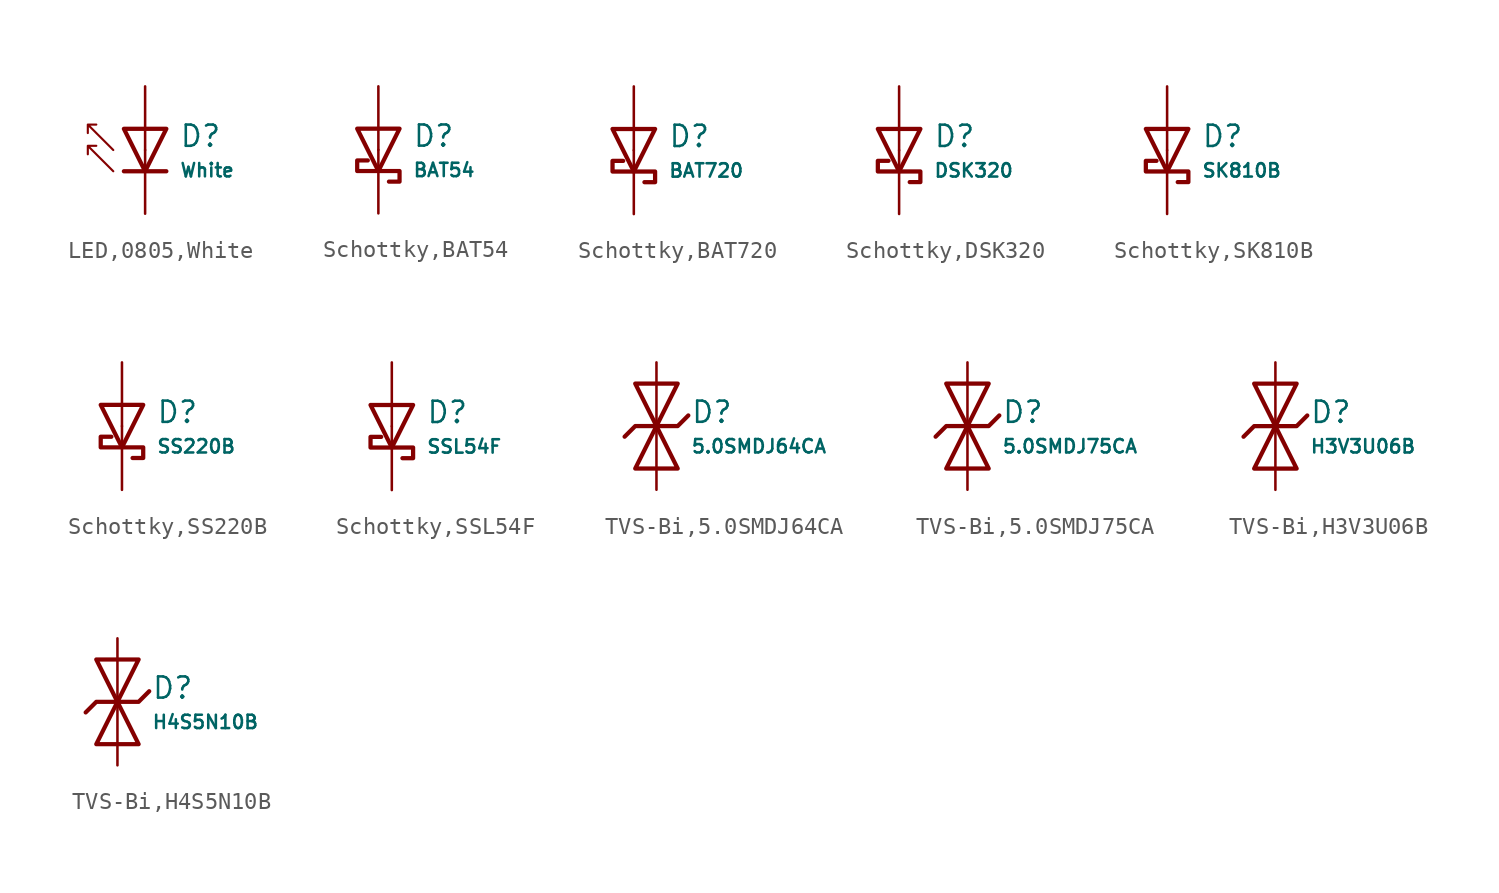
<source format=kicad_sym>
(kicad_symbol_lib
  (version 20231120)
  (generator "CDFER")
  (generator_version "8.0")
  (symbol "LED,0805,White"
    (pin_numbers hide)
    (pin_names
      (offset 0))
    (property "Reference" "D"
      (at 2.032 0.834 0)
      (effects (font (size 1.27 1.27)) (justify left)))
    (property "Value" "White"
      (at 2.032 -1.212 0)
      (effects (font (size 0.8 0.8)) (justify left)))
    (symbol "LED,0805,White_0_1"
      (polyline (pts (xy -1.27 1.27) (xy 0.00 -1.27) (xy 1.27 1.27) (xy -1.27 1.27)) (stroke (width 0.254) (type default)) (fill (type none))))
    (symbol "LED,0805,White_0_1"
      (polyline (pts (xy -1.27 -1.27) (xy 1.27 -1.27)) (stroke (width 0.254) (type default)) (fill (type none))))
    (symbol "LED,0805,White_0_1"
      (polyline (pts (xy -1.905 -1.27) (xy -3.429 0.254) (xy -3.429 -0.254) (xy -3.429 0.254) (xy -2.921 0.254)) (stroke (width 0.127) (type default)) (fill (type none))))
    (symbol "LED,0805,White_0_1"
      (polyline (pts (xy -1.905 0) (xy -3.429 1.524) (xy -3.429 1.016) (xy -3.429 1.524) (xy -2.921 1.524)) (stroke (width 0.127) (type default)) (fill (type none))))
    (symbol "LED,0805,White_1_1"
      (pin passive line (at 0 3.81 270) (length 3.81) (name "~" (effects (font (size 1.27 1.27)))) (number "2" (effects (font (size 1.27 1.27)))))
      (pin passive line (at 0 -3.81 90) (length 3.81) (name "~" (effects (font (size 1.27 1.27)))) (number "1" (effects (font (size 1.27 1.27)))))))
  (symbol "Schottky,BAT54"
    (pin_numbers hide)
    (pin_names
      (offset 0))
    (property "Reference" "D"
      (at 2.032 0.834 0)
      (effects (font (size 1.27 1.27)) (justify left)))
    (property "Value" "BAT54"
      (at 2.032 -1.212 0)
      (effects (font (size 0.8 0.8)) (justify left)))
    (symbol "Schottky,BAT54_0_1"
      (polyline (pts (xy -1.27 1.27) (xy 0.00 -1.27) (xy 1.27 1.27) (xy -1.27 1.27)) (stroke (width 0.254) (type default)) (fill (type none))))
    (symbol "Schottky,BAT54_0_1"
      (polyline (pts (xy 0.635 -1.905) (xy 1.27 -1.905) (xy 1.27 -1.27) (xy -1.27 -1.27) (xy -1.27 -0.635) (xy -0.635 -0.635)) (stroke (width 0.254) (type default)) (fill (type none))))
    (symbol "Schottky,BAT54_1_1"
      (pin passive line (at 0 3.81 270) (length 3.81) (name "~" (effects (font (size 1.27 1.27)))) (number "1" (effects (font (size 1.27 1.27)))))
      (pin passive line (at 0 -3.81 90) (length 3.81) (name "~" (effects (font (size 1.27 1.27)))) (number "3" (effects (font (size 1.27 1.27)))))))
  (symbol "Schottky,BAT720"
    (pin_numbers hide)
    (pin_names
      (offset 0))
    (property "Reference" "D"
      (at 2.032 0.834 0)
      (effects (font (size 1.27 1.27)) (justify left)))
    (property "Value" "BAT720"
      (at 2.032 -1.212 0)
      (effects (font (size 0.8 0.8)) (justify left)))
    (symbol "Schottky,BAT720_0_1"
      (polyline (pts (xy -1.27 1.27) (xy 0.00 -1.27) (xy 1.27 1.27) (xy -1.27 1.27)) (stroke (width 0.254) (type default)) (fill (type none))))
    (symbol "Schottky,BAT720_0_1"
      (polyline (pts (xy 0.635 -1.905) (xy 1.27 -1.905) (xy 1.27 -1.27) (xy -1.27 -1.27) (xy -1.27 -0.635) (xy -0.635 -0.635)) (stroke (width 0.254) (type default)) (fill (type none))))
    (symbol "Schottky,BAT720_1_1"
      (pin passive line (at 0 3.81 270) (length 3.81) (name "~" (effects (font (size 1.27 1.27)))) (number "1" (effects (font (size 1.27 1.27)))))
      (pin passive line (at 0 -3.81 90) (length 3.81) (name "~" (effects (font (size 1.27 1.27)))) (number "3" (effects (font (size 1.27 1.27)))))))
  (symbol "Schottky,DSK320"
    (pin_numbers hide)
    (pin_names
      (offset 0))
    (property "Reference" "D"
      (at 2.032 0.834 0)
      (effects (font (size 1.27 1.27)) (justify left)))
    (property "Value" "DSK320"
      (at 2.032 -1.212 0)
      (effects (font (size 0.8 0.8)) (justify left)))
    (symbol "Schottky,DSK320_0_1"
      (polyline (pts (xy -1.27 1.27) (xy 0.00 -1.27) (xy 1.27 1.27) (xy -1.27 1.27)) (stroke (width 0.254) (type default)) (fill (type none))))
    (symbol "Schottky,DSK320_0_1"
      (polyline (pts (xy 0.635 -1.905) (xy 1.27 -1.905) (xy 1.27 -1.27) (xy -1.27 -1.27) (xy -1.27 -0.635) (xy -0.635 -0.635)) (stroke (width 0.254) (type default)) (fill (type none))))
    (symbol "Schottky,DSK320_1_1"
      (pin passive line (at 0 3.81 270) (length 3.81) (name "~" (effects (font (size 1.27 1.27)))) (number "2" (effects (font (size 1.27 1.27)))))
      (pin passive line (at 0 -3.81 90) (length 3.81) (name "~" (effects (font (size 1.27 1.27)))) (number "1" (effects (font (size 1.27 1.27)))))))
  (symbol "Schottky,SK810B"
    (pin_numbers hide)
    (pin_names
      (offset 0))
    (property "Reference" "D"
      (at 2.032 0.834 0)
      (effects (font (size 1.27 1.27)) (justify left)))
    (property "Value" "SK810B"
      (at 2.032 -1.212 0)
      (effects (font (size 0.8 0.8)) (justify left)))
    (symbol "Schottky,SK810B_0_1"
      (polyline (pts (xy -1.27 1.27) (xy 0.00 -1.27) (xy 1.27 1.27) (xy -1.27 1.27)) (stroke (width 0.254) (type default)) (fill (type none))))
    (symbol "Schottky,SK810B_0_1"
      (polyline (pts (xy 0.635 -1.905) (xy 1.27 -1.905) (xy 1.27 -1.27) (xy -1.27 -1.27) (xy -1.27 -0.635) (xy -0.635 -0.635)) (stroke (width 0.254) (type default)) (fill (type none))))
    (symbol "Schottky,SK810B_1_1"
      (pin passive line (at 0 3.81 270) (length 3.81) (name "~" (effects (font (size 1.27 1.27)))) (number "2" (effects (font (size 1.27 1.27)))))
      (pin passive line (at 0 -3.81 90) (length 3.81) (name "~" (effects (font (size 1.27 1.27)))) (number "1" (effects (font (size 1.27 1.27)))))))
  (symbol "Schottky,SS220B"
    (pin_numbers hide)
    (pin_names
      (offset 0))
    (property "Reference" "D"
      (at 2.032 0.834 0)
      (effects (font (size 1.27 1.27)) (justify left)))
    (property "Value" "SS220B"
      (at 2.032 -1.212 0)
      (effects (font (size 0.8 0.8)) (justify left)))
    (symbol "Schottky,SS220B_0_1"
      (polyline (pts (xy -1.27 1.27) (xy 0.00 -1.27) (xy 1.27 1.27) (xy -1.27 1.27)) (stroke (width 0.254) (type default)) (fill (type none))))
    (symbol "Schottky,SS220B_0_1"
      (polyline (pts (xy 0.635 -1.905) (xy 1.27 -1.905) (xy 1.27 -1.27) (xy -1.27 -1.27) (xy -1.27 -0.635) (xy -0.635 -0.635)) (stroke (width 0.254) (type default)) (fill (type none))))
    (symbol "Schottky,SS220B_1_1"
      (pin passive line (at 0 3.81 270) (length 3.81) (name "~" (effects (font (size 1.27 1.27)))) (number "2" (effects (font (size 1.27 1.27)))))
      (pin passive line (at 0 -3.81 90) (length 3.81) (name "~" (effects (font (size 1.27 1.27)))) (number "1" (effects (font (size 1.27 1.27)))))))
  (symbol "Schottky,SSL54F"
    (pin_numbers hide)
    (pin_names
      (offset 0))
    (property "Reference" "D"
      (at 2.032 0.834 0)
      (effects (font (size 1.27 1.27)) (justify left)))
    (property "Value" "SSL54F"
      (at 2.032 -1.212 0)
      (effects (font (size 0.8 0.8)) (justify left)))
    (symbol "Schottky,SSL54F_0_1"
      (polyline (pts (xy -1.27 1.27) (xy 0.00 -1.27) (xy 1.27 1.27) (xy -1.27 1.27)) (stroke (width 0.254) (type default)) (fill (type none))))
    (symbol "Schottky,SSL54F_0_1"
      (polyline (pts (xy 0.635 -1.905) (xy 1.27 -1.905) (xy 1.27 -1.27) (xy -1.27 -1.27) (xy -1.27 -0.635) (xy -0.635 -0.635)) (stroke (width 0.254) (type default)) (fill (type none))))
    (symbol "Schottky,SSL54F_1_1"
      (pin passive line (at 0 3.81 270) (length 3.81) (name "~" (effects (font (size 1.27 1.27)))) (number "2" (effects (font (size 1.27 1.27)))))
      (pin passive line (at 0 -3.81 90) (length 3.81) (name "~" (effects (font (size 1.27 1.27)))) (number "1" (effects (font (size 1.27 1.27)))))))
  (symbol "TVS-Bi,5.0SMDJ64CA"
    (pin_numbers hide)
    (pin_names
      (offset 0))
    (property "Reference" "D"
      (at 2.032 0.834 0)
      (effects (font (size 1.27 1.27)) (justify left)))
    (property "Value" "5.0SMDJ64CA"
      (at 2.032 -1.212 0)
      (effects (font (size 0.8 0.8)) (justify left)))
    (symbol "TVS-Bi,5.0SMDJ64CA_0_1"
      (polyline (pts (xy -1.27 2.54) (xy 0 0) (xy 1.27 2.54) (xy -1.27 2.54)) (stroke (width 0.254) (type default)) (fill (type none))))
    (symbol "TVS-Bi,5.0SMDJ64CA_0_1"
      (polyline (pts (xy 1.27 -2.54) (xy 0 0) (xy -1.27 -2.54) (xy 1.27 -2.54)) (stroke (width 0.254) (type default)) (fill (type none))))
    (symbol "TVS-Bi,5.0SMDJ64CA_0_1"
      (polyline (pts (xy -1.905 -0.635) (xy -1.27 0) (xy 1.27 0) (xy 1.905 0.635)) (stroke (width 0.254) (type default)) (fill (type none))))
    (symbol "TVS-Bi,5.0SMDJ64CA_1_1"
      (pin passive line (at 0 3.81 270) (length 3.81) (name "~" (effects (font (size 1.27 1.27)))) (number "2" (effects (font (size 1.27 1.27)))))
      (pin passive line (at 0 -3.81 90) (length 3.81) (name "~" (effects (font (size 1.27 1.27)))) (number "1" (effects (font (size 1.27 1.27)))))))
  (symbol "TVS-Bi,5.0SMDJ75CA"
    (pin_numbers hide)
    (pin_names
      (offset 0))
    (property "Reference" "D"
      (at 2.032 0.834 0)
      (effects (font (size 1.27 1.27)) (justify left)))
    (property "Value" "5.0SMDJ75CA"
      (at 2.032 -1.212 0)
      (effects (font (size 0.8 0.8)) (justify left)))
    (symbol "TVS-Bi,5.0SMDJ75CA_0_1"
      (polyline (pts (xy -1.27 2.54) (xy 0 0) (xy 1.27 2.54) (xy -1.27 2.54)) (stroke (width 0.254) (type default)) (fill (type none))))
    (symbol "TVS-Bi,5.0SMDJ75CA_0_1"
      (polyline (pts (xy 1.27 -2.54) (xy 0 0) (xy -1.27 -2.54) (xy 1.27 -2.54)) (stroke (width 0.254) (type default)) (fill (type none))))
    (symbol "TVS-Bi,5.0SMDJ75CA_0_1"
      (polyline (pts (xy -1.905 -0.635) (xy -1.27 0) (xy 1.27 0) (xy 1.905 0.635)) (stroke (width 0.254) (type default)) (fill (type none))))
    (symbol "TVS-Bi,5.0SMDJ75CA_1_1"
      (pin passive line (at 0 3.81 270) (length 3.81) (name "~" (effects (font (size 1.27 1.27)))) (number "2" (effects (font (size 1.27 1.27)))))
      (pin passive line (at 0 -3.81 90) (length 3.81) (name "~" (effects (font (size 1.27 1.27)))) (number "1" (effects (font (size 1.27 1.27)))))))
  (symbol "TVS-Bi,H3V3U06B"
    (pin_numbers hide)
    (pin_names
      (offset 0))
    (property "Reference" "D"
      (at 2.032 0.834 0)
      (effects (font (size 1.27 1.27)) (justify left)))
    (property "Value" "H3V3U06B"
      (at 2.032 -1.212 0)
      (effects (font (size 0.8 0.8)) (justify left)))
    (symbol "TVS-Bi,H3V3U06B_0_1"
      (polyline (pts (xy -1.27 2.54) (xy 0 0) (xy 1.27 2.54) (xy -1.27 2.54)) (stroke (width 0.254) (type default)) (fill (type none))))
    (symbol "TVS-Bi,H3V3U06B_0_1"
      (polyline (pts (xy 1.27 -2.54) (xy 0 0) (xy -1.27 -2.54) (xy 1.27 -2.54)) (stroke (width 0.254) (type default)) (fill (type none))))
    (symbol "TVS-Bi,H3V3U06B_0_1"
      (polyline (pts (xy -1.905 -0.635) (xy -1.27 0) (xy 1.27 0) (xy 1.905 0.635)) (stroke (width 0.254) (type default)) (fill (type none))))
    (symbol "TVS-Bi,H3V3U06B_1_1"
      (pin passive line (at 0 3.81 270) (length 3.81) (name "~" (effects (font (size 1.27 1.27)))) (number "2" (effects (font (size 1.27 1.27)))))
      (pin passive line (at 0 -3.81 90) (length 3.81) (name "~" (effects (font (size 1.27 1.27)))) (number "1" (effects (font (size 1.27 1.27)))))))
  (symbol "TVS-Bi,H4S5N10B"
    (pin_numbers hide)
    (pin_names
      (offset 0))
    (property "Reference" "D"
      (at 2.032 0.834 0)
      (effects (font (size 1.27 1.27)) (justify left)))
    (property "Value" "H4S5N10B"
      (at 2.032 -1.212 0)
      (effects (font (size 0.8 0.8)) (justify left)))
    (symbol "TVS-Bi,H4S5N10B_0_1"
      (polyline (pts (xy -1.27 2.54) (xy 0 0) (xy 1.27 2.54) (xy -1.27 2.54)) (stroke (width 0.254) (type default)) (fill (type none))))
    (symbol "TVS-Bi,H4S5N10B_0_1"
      (polyline (pts (xy 1.27 -2.54) (xy 0 0) (xy -1.27 -2.54) (xy 1.27 -2.54)) (stroke (width 0.254) (type default)) (fill (type none))))
    (symbol "TVS-Bi,H4S5N10B_0_1"
      (polyline (pts (xy -1.905 -0.635) (xy -1.27 0) (xy 1.27 0) (xy 1.905 0.635)) (stroke (width 0.254) (type default)) (fill (type none))))
    (symbol "TVS-Bi,H4S5N10B_1_1"
      (pin passive line (at 0 3.81 270) (length 3.81) (name "~" (effects (font (size 1.27 1.27)))) (number "2" (effects (font (size 1.27 1.27)))))
      (pin passive line (at 0 -3.81 90) (length 3.81) (name "~" (effects (font (size 1.27 1.27)))) (number "1" (effects (font (size 1.27 1.27))))))))
</source>
